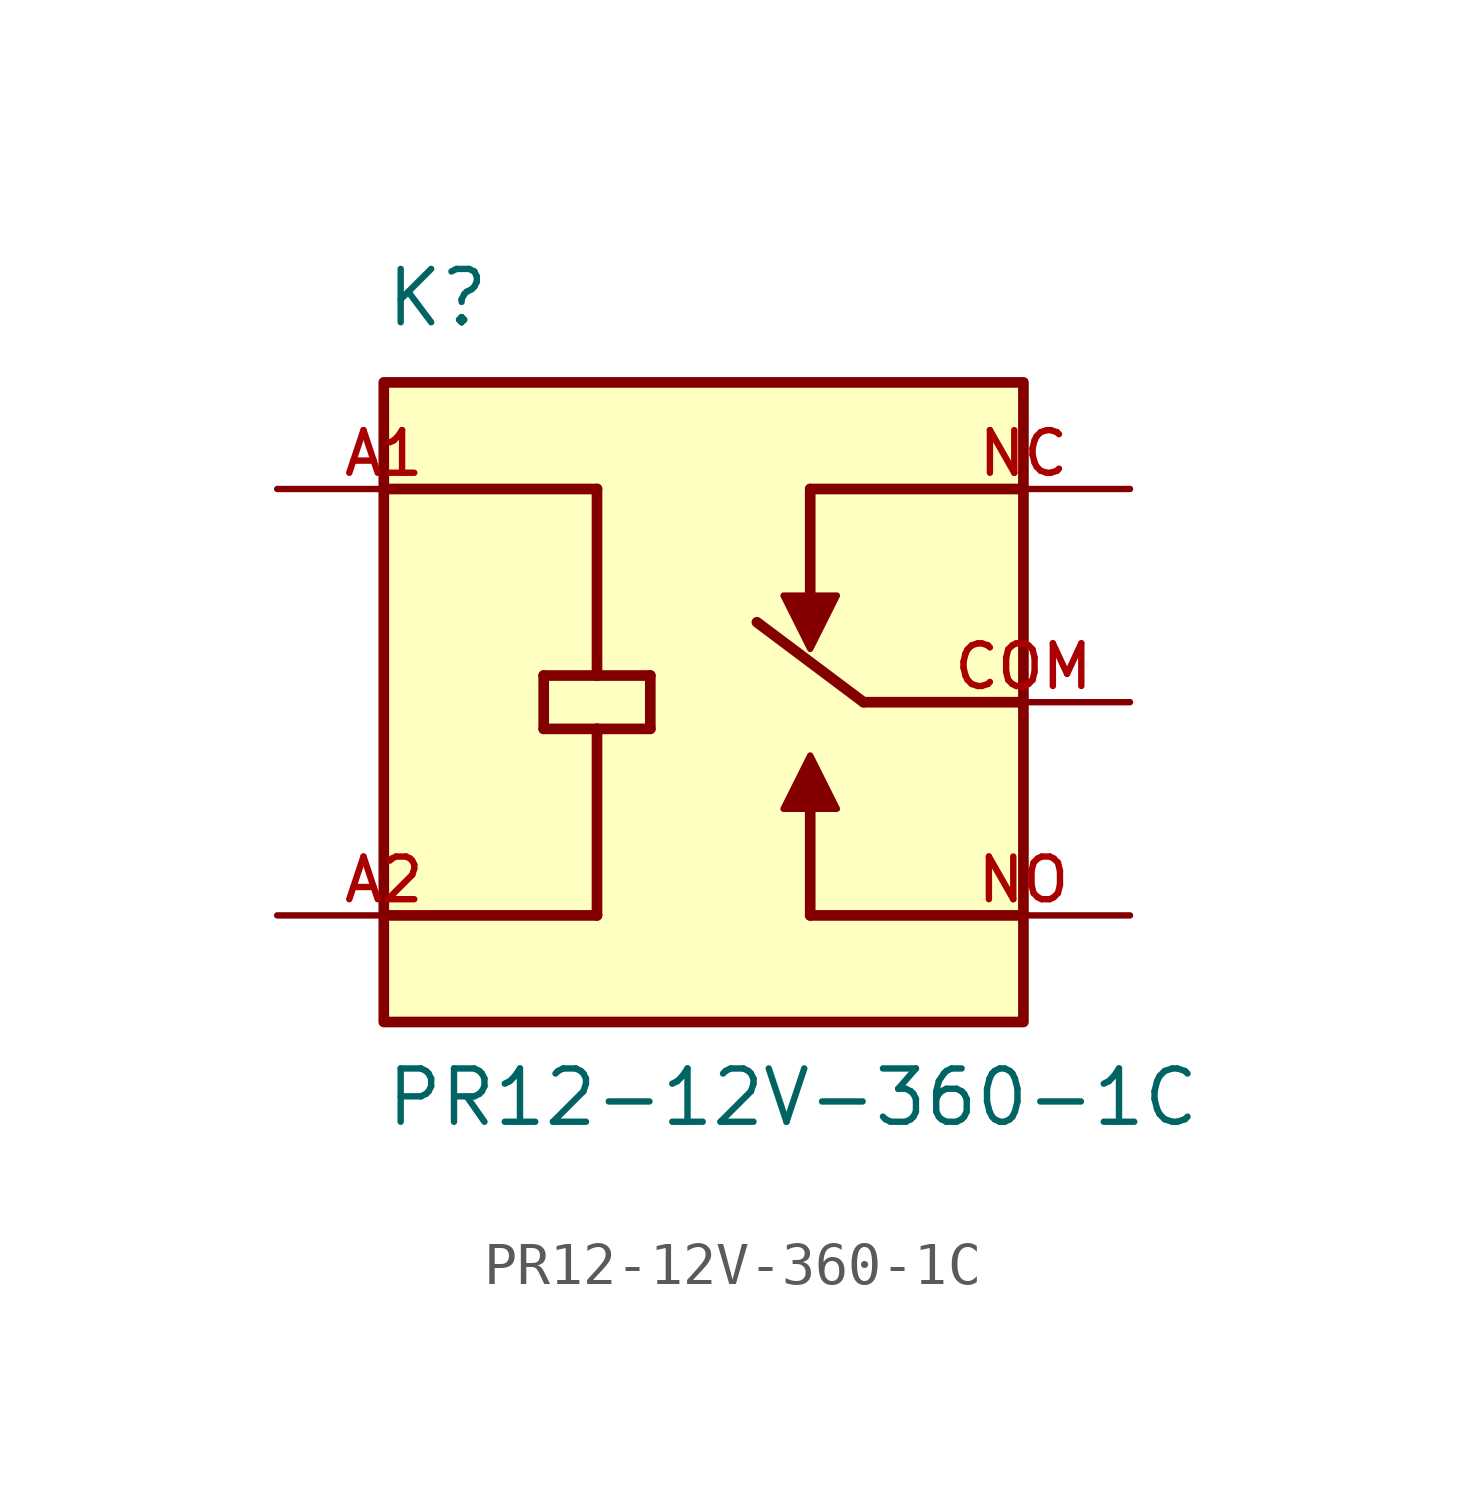
<source format=kicad_sym>
(kicad_symbol_lib
  (version 20211014)
  (generator kicad_symbol_editor)
  (symbol "PR12-12V-360-1C"
    (pin_names
      (offset 1.016))
    (property "Reference" "K"
      (at -7.62 8.89 0)
      (effects (font (size 1.27 1.27)) (justify bottom left)))
    (property "Value" "PR12-12V-360-1C"
      (at -7.62 -10.16 0)
      (effects (font (size 1.27 1.27)) (justify bottom left)))
    (symbol "PR12-12V-360-1C_0_0"
      (polyline (pts (xy 7.62 0.0) (xy 3.81 0.0)) (stroke (width 0.254)))
      (polyline (pts (xy 7.62 -5.08) (xy 2.54 -5.08)) (stroke (width 0.254)))
      (polyline (pts (xy 2.54 -5.08) (xy 2.54 -2.54)) (stroke (width 0.254)))
      (polyline (pts (xy 1.905 -2.54) (xy 3.175 -2.54) (xy 2.54 -1.27) (xy 1.905 -2.54)) (stroke (width 0.152)) (fill (type outline)))
      (polyline (pts (xy -7.62 5.08) (xy -2.54 5.08)) (stroke (width 0.254)))
      (polyline (pts (xy -3.81 0.635) (xy -2.54 0.635)) (stroke (width 0.254)))
      (polyline (pts (xy -2.54 0.635) (xy -1.27 0.635)) (stroke (width 0.254)))
      (polyline (pts (xy -1.27 0.635) (xy -1.27 -0.635)) (stroke (width 0.254)))
      (polyline (pts (xy -1.27 -0.635) (xy -2.54 -0.635)) (stroke (width 0.254)))
      (polyline (pts (xy -2.54 -0.635) (xy -3.81 -0.635)) (stroke (width 0.254)))
      (polyline (pts (xy -3.81 -0.635) (xy -3.81 0.635)) (stroke (width 0.254)))
      (polyline (pts (xy -7.62 -5.08) (xy -2.54 -5.08)) (stroke (width 0.254)))
      (polyline (pts (xy -2.54 5.08) (xy -2.54 0.635)) (stroke (width 0.254)))
      (polyline (pts (xy -2.54 -0.635) (xy -2.54 -5.08)) (stroke (width 0.254)))
      (polyline (pts (xy 2.54 5.08) (xy 2.54 2.54)) (stroke (width 0.254)))
      (polyline (pts (xy 3.175 2.54) (xy 1.905 2.54) (xy 2.54 1.27) (xy 3.175 2.54)) (stroke (width 0.152)) (fill (type outline)))
      (polyline (pts (xy 2.54 5.08) (xy 7.62 5.08)) (stroke (width 0.254)))
      (polyline (pts (xy 3.81 0.0) (xy 1.27 1.905)) (stroke (width 0.254)))
      (rectangle (start -7.62 -7.62) (end 7.62 7.62) (stroke (width 0.254)) (fill (type background)))
      (pin passive line (at 10.16 0.0 180.0) (length 5.08) (name "~" (effects (font (size 1.016 1.016)))) (number "COM" (effects (font (size 1.016 1.016)))))
      (pin passive line (at 10.16 -5.08 180.0) (length 5.08) (name "~" (effects (font (size 1.016 1.016)))) (number "NO" (effects (font (size 1.016 1.016)))))
      (pin passive line (at -10.16 5.08 0) (length 5.08) (name "~" (effects (font (size 1.016 1.016)))) (number "A1" (effects (font (size 1.016 1.016)))))
      (pin passive line (at -10.16 -5.08 0) (length 5.08) (name "~" (effects (font (size 1.016 1.016)))) (number "A2" (effects (font (size 1.016 1.016)))))
      (pin passive line (at 10.16 5.08 180.0) (length 5.08) (name "~" (effects (font (size 1.016 1.016)))) (number "NC" (effects (font (size 1.016 1.016))))))))
</source>
